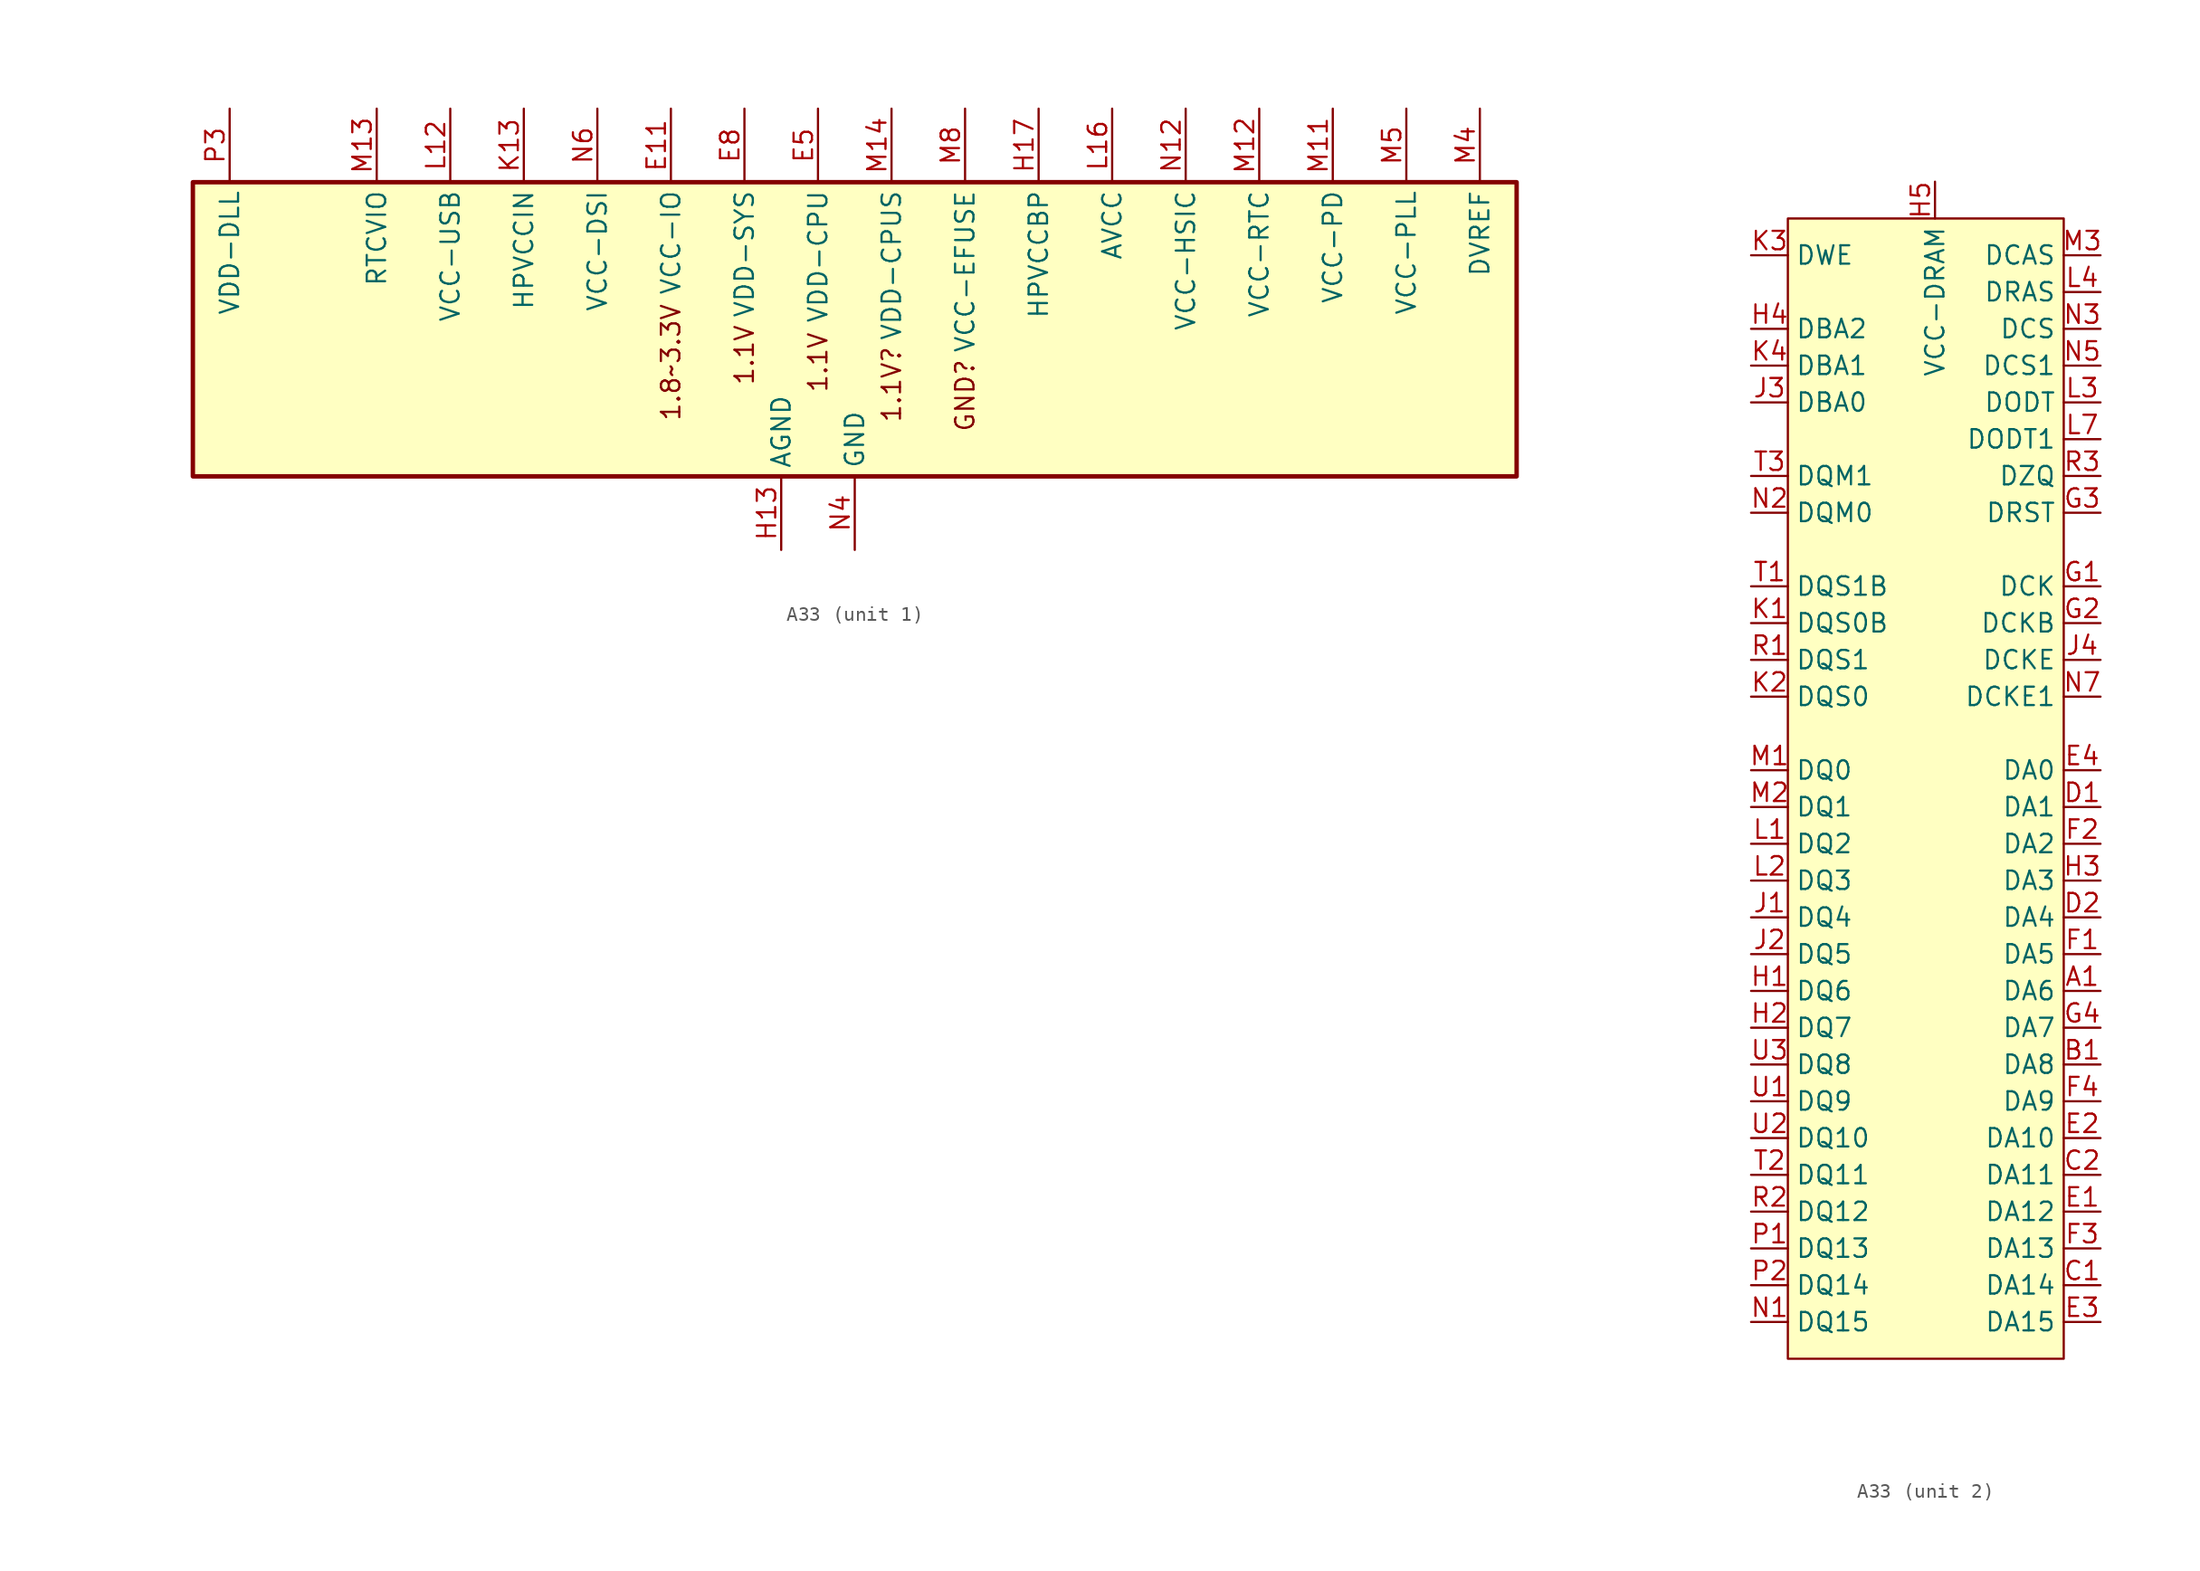
<source format=kicad_sym>
(kicad_symbol_lib
  (version 20241209)
  (generator "kicad_symbol_editor")
  (generator_version "9.0")
  (symbol "A33"
    (property "Reference" "U"
      (at 50.292 -1.778 0)
      (effects (font (size 1.27 1.27)) (hide yes)))
    (property "ki_locked" ""
      (at 0 0 0)
      (effects (font (size 1.27 1.27))))
    (symbol "A33_1_1"
      (rectangle (start -43.18 10.16) (end 48.26 -10.16) (stroke (width 0.305) (type default)) (fill (type background)))
      (text "1.8~3.3V" (at -10.16 -2.286 900) (effects (font (size 1.27 1.27))))
      (text "1.1V" (at -5.08 -1.778 900) (effects (font (size 1.27 1.27))))
      (text "1.1V" (at 0 -2.286 900) (effects (font (size 1.27 1.27))))
      (text "1.1V?" (at 5.08 -3.81 900) (effects (font (size 1.27 1.27))))
      (text "GND?" (at 10.16 -4.572 900) (effects (font (size 1.27 1.27))))
      (pin power_in line (at -40.64 15.24 270) (length 5.08) (name "VDD-DLL" (effects (font (size 1.27 1.27)))) (number "P3" (effects (font (size 1.27 1.27)))))
      (pin power_in line (at -30.48 15.24 270) (length 5.08) (name "RTCVIO" (effects (font (size 1.27 1.27)))) (number "M13" (effects (font (size 1.27 1.27)))))
      (pin power_in line (at -25.4 15.24 270) (length 5.08) (name "VCC-USB" (effects (font (size 1.27 1.27)))) (number "L12" (effects (font (size 1.27 1.27)))))
      (pin power_in line (at -20.32 15.24 270) (length 5.08) (name "HPVCCIN" (effects (font (size 1.27 1.27)))) (number "K13" (effects (font (size 1.27 1.27)))))
      (pin power_in line (at -15.24 15.24 270) (length 5.08) (name "VCC-DSI" (effects (font (size 1.27 1.27)))) (number "N6" (effects (font (size 1.27 1.27)))))
      (pin power_in line (at -10.16 15.24 270) (length 5.08) (name "VCC-IO" (effects (font (size 1.27 1.27)))) (number "E11" (effects (font (size 1.27 1.27)))))
      (pin power_in line (at -10.16 15.24 270) (length 5.08) (hide yes) (name "VCC-IO" (effects (font (size 1.27 1.27)))) (number "E12" (effects (font (size 1.27 1.27)))))
      (pin power_in line (at -10.16 15.24 270) (length 5.08) (hide yes) (name "VCC-IO" (effects (font (size 1.27 1.27)))) (number "F11" (effects (font (size 1.27 1.27)))))
      (pin power_in line (at -10.16 15.24 270) (length 5.08) (hide yes) (name "VCC-IO" (effects (font (size 1.27 1.27)))) (number "F12" (effects (font (size 1.27 1.27)))))
      (pin power_in line (at -10.16 15.24 270) (length 5.08) (hide yes) (name "VCC-IO" (effects (font (size 1.27 1.27)))) (number "G12" (effects (font (size 1.27 1.27)))))
      (pin power_in line (at -5.08 15.24 270) (length 5.08) (hide yes) (name "VDD-SYS" (effects (font (size 1.27 1.27)))) (number "E10" (effects (font (size 1.27 1.27)))))
      (pin power_in line (at -5.08 15.24 270) (length 5.08) (name "VDD-SYS" (effects (font (size 1.27 1.27)))) (number "E8" (effects (font (size 1.27 1.27)))))
      (pin power_in line (at -5.08 15.24 270) (length 5.08) (hide yes) (name "VDD-SYS" (effects (font (size 1.27 1.27)))) (number "E9" (effects (font (size 1.27 1.27)))))
      (pin power_in line (at -5.08 15.24 270) (length 5.08) (hide yes) (name "VDD-SYS" (effects (font (size 1.27 1.27)))) (number "K6" (effects (font (size 1.27 1.27)))))
      (pin power_in line (at -5.08 15.24 270) (length 5.08) (hide yes) (name "VDD-SYS" (effects (font (size 1.27 1.27)))) (number "L6" (effects (font (size 1.27 1.27)))))
      (pin power_in line (at -5.08 15.24 270) (length 5.08) (hide yes) (name "VDD-SYS" (effects (font (size 1.27 1.27)))) (number "M6" (effects (font (size 1.27 1.27)))))
      (pin power_in line (at -5.08 15.24 270) (length 5.08) (hide yes) (name "VDD-SYS" (effects (font (size 1.27 1.27)))) (number "M7" (effects (font (size 1.27 1.27)))))
      (pin power_in line (at -5.08 15.24 270) (length 5.08) (hide yes) (name "VDD-SYS" (effects (font (size 1.27 1.27)))) (number "N10" (effects (font (size 1.27 1.27)))))
      (pin power_in line (at -5.08 15.24 270) (length 5.08) (hide yes) (name "VDD-SYS" (effects (font (size 1.27 1.27)))) (number "N8" (effects (font (size 1.27 1.27)))))
      (pin power_in line (at -5.08 15.24 270) (length 5.08) (hide yes) (name "VDD-SYS" (effects (font (size 1.27 1.27)))) (number "N9" (effects (font (size 1.27 1.27)))))
      (pin power_in line (at -2.54 -15.24 90) (length 5.08) (name "AGND" (effects (font (size 1.27 1.27)))) (number "H13" (effects (font (size 1.27 1.27)))))
      (pin power_in line (at 0 15.24 270) (length 5.08) (name "VDD-CPU" (effects (font (size 1.27 1.27)))) (number "E5" (effects (font (size 1.27 1.27)))))
      (pin power_in line (at 0 15.24 270) (length 5.08) (hide yes) (name "VDD-CPU" (effects (font (size 1.27 1.27)))) (number "E6" (effects (font (size 1.27 1.27)))))
      (pin power_in line (at 0 15.24 270) (length 5.08) (hide yes) (name "VDD-CPU" (effects (font (size 1.27 1.27)))) (number "E7" (effects (font (size 1.27 1.27)))))
      (pin power_in line (at 0 15.24 270) (length 5.08) (hide yes) (name "VDD-CPU" (effects (font (size 1.27 1.27)))) (number "F5" (effects (font (size 1.27 1.27)))))
      (pin power_in line (at 0 15.24 270) (length 5.08) (hide yes) (name "VDD-CPU" (effects (font (size 1.27 1.27)))) (number "F6" (effects (font (size 1.27 1.27)))))
      (pin power_in line (at 0 15.24 270) (length 5.08) (hide yes) (name "VDD-CPU" (effects (font (size 1.27 1.27)))) (number "F7" (effects (font (size 1.27 1.27)))))
      (pin power_in line (at 0 15.24 270) (length 5.08) (hide yes) (name "VDD-CPU" (effects (font (size 1.27 1.27)))) (number "G5" (effects (font (size 1.27 1.27)))))
      (pin power_in line (at 0 15.24 270) (length 5.08) (hide yes) (name "VDD-CPU" (effects (font (size 1.27 1.27)))) (number "G6" (effects (font (size 1.27 1.27)))))
      (pin power_in line (at 2.54 -15.24 90) (length 5.08) (hide yes) (name "GND" (effects (font (size 1.27 1.27)))) (number "F10" (effects (font (size 1.27 1.27)))))
      (pin power_in line (at 2.54 -15.24 90) (length 5.08) (hide yes) (name "GND" (effects (font (size 1.27 1.27)))) (number "F8" (effects (font (size 1.27 1.27)))))
      (pin power_in line (at 2.54 -15.24 90) (length 5.08) (hide yes) (name "GND" (effects (font (size 1.27 1.27)))) (number "F9" (effects (font (size 1.27 1.27)))))
      (pin power_in line (at 2.54 -15.24 90) (length 5.08) (hide yes) (name "GND" (effects (font (size 1.27 1.27)))) (number "G10" (effects (font (size 1.27 1.27)))))
      (pin power_in line (at 2.54 -15.24 90) (length 5.08) (hide yes) (name "GND" (effects (font (size 1.27 1.27)))) (number "G11" (effects (font (size 1.27 1.27)))))
      (pin power_in line (at 2.54 -15.24 90) (length 5.08) (hide yes) (name "GND" (effects (font (size 1.27 1.27)))) (number "G7" (effects (font (size 1.27 1.27)))))
      (pin power_in line (at 2.54 -15.24 90) (length 5.08) (hide yes) (name "GND" (effects (font (size 1.27 1.27)))) (number "G8" (effects (font (size 1.27 1.27)))))
      (pin power_in line (at 2.54 -15.24 90) (length 5.08) (hide yes) (name "GND" (effects (font (size 1.27 1.27)))) (number "G9" (effects (font (size 1.27 1.27)))))
      (pin power_in line (at 2.54 -15.24 90) (length 5.08) (hide yes) (name "GND" (effects (font (size 1.27 1.27)))) (number "H10" (effects (font (size 1.27 1.27)))))
      (pin power_in line (at 2.54 -15.24 90) (length 5.08) (hide yes) (name "GND" (effects (font (size 1.27 1.27)))) (number "H11" (effects (font (size 1.27 1.27)))))
      (pin power_in line (at 2.54 -15.24 90) (length 5.08) (hide yes) (name "GND" (effects (font (size 1.27 1.27)))) (number "H12" (effects (font (size 1.27 1.27)))))
      (pin power_in line (at 2.54 -15.24 90) (length 5.08) (hide yes) (name "GND" (effects (font (size 1.27 1.27)))) (number "H7" (effects (font (size 1.27 1.27)))))
      (pin power_in line (at 2.54 -15.24 90) (length 5.08) (hide yes) (name "GND" (effects (font (size 1.27 1.27)))) (number "H8" (effects (font (size 1.27 1.27)))))
      (pin power_in line (at 2.54 -15.24 90) (length 5.08) (hide yes) (name "GND" (effects (font (size 1.27 1.27)))) (number "H9" (effects (font (size 1.27 1.27)))))
      (pin power_in line (at 2.54 -15.24 90) (length 5.08) (hide yes) (name "GND" (effects (font (size 1.27 1.27)))) (number "J10" (effects (font (size 1.27 1.27)))))
      (pin power_in line (at 2.54 -15.24 90) (length 5.08) (hide yes) (name "GND" (effects (font (size 1.27 1.27)))) (number "J11" (effects (font (size 1.27 1.27)))))
      (pin power_in line (at 2.54 -15.24 90) (length 5.08) (hide yes) (name "GND" (effects (font (size 1.27 1.27)))) (number "J12" (effects (font (size 1.27 1.27)))))
      (pin power_in line (at 2.54 -15.24 90) (length 5.08) (hide yes) (name "GND" (effects (font (size 1.27 1.27)))) (number "J7" (effects (font (size 1.27 1.27)))))
      (pin power_in line (at 2.54 -15.24 90) (length 5.08) (hide yes) (name "GND" (effects (font (size 1.27 1.27)))) (number "J8" (effects (font (size 1.27 1.27)))))
      (pin power_in line (at 2.54 -15.24 90) (length 5.08) (hide yes) (name "GND" (effects (font (size 1.27 1.27)))) (number "J9" (effects (font (size 1.27 1.27)))))
      (pin power_in line (at 2.54 -15.24 90) (length 5.08) (hide yes) (name "GND" (effects (font (size 1.27 1.27)))) (number "K10" (effects (font (size 1.27 1.27)))))
      (pin power_in line (at 2.54 -15.24 90) (length 5.08) (hide yes) (name "GND" (effects (font (size 1.27 1.27)))) (number "K11" (effects (font (size 1.27 1.27)))))
      (pin power_in line (at 2.54 -15.24 90) (length 5.08) (hide yes) (name "GND" (effects (font (size 1.27 1.27)))) (number "K12" (effects (font (size 1.27 1.27)))))
      (pin power_in line (at 2.54 -15.24 90) (length 5.08) (hide yes) (name "GND" (effects (font (size 1.27 1.27)))) (number "K7" (effects (font (size 1.27 1.27)))))
      (pin power_in line (at 2.54 -15.24 90) (length 5.08) (hide yes) (name "GND" (effects (font (size 1.27 1.27)))) (number "K8" (effects (font (size 1.27 1.27)))))
      (pin power_in line (at 2.54 -15.24 90) (length 5.08) (hide yes) (name "GND" (effects (font (size 1.27 1.27)))) (number "K9" (effects (font (size 1.27 1.27)))))
      (pin power_in line (at 2.54 -15.24 90) (length 5.08) (hide yes) (name "GND" (effects (font (size 1.27 1.27)))) (number "L10" (effects (font (size 1.27 1.27)))))
      (pin power_in line (at 2.54 -15.24 90) (length 5.08) (hide yes) (name "GND" (effects (font (size 1.27 1.27)))) (number "L11" (effects (font (size 1.27 1.27)))))
      (pin power_in line (at 2.54 -15.24 90) (length 5.08) (hide yes) (name "GND" (effects (font (size 1.27 1.27)))) (number "L8" (effects (font (size 1.27 1.27)))))
      (pin power_in line (at 2.54 -15.24 90) (length 5.08) (hide yes) (name "GND" (effects (font (size 1.27 1.27)))) (number "L9" (effects (font (size 1.27 1.27)))))
      (pin power_in line (at 2.54 -15.24 90) (length 5.08) (hide yes) (name "GND" (effects (font (size 1.27 1.27)))) (number "M10" (effects (font (size 1.27 1.27)))))
      (pin power_in line (at 2.54 -15.24 90) (length 5.08) (hide yes) (name "GND" (effects (font (size 1.27 1.27)))) (number "M9" (effects (font (size 1.27 1.27)))))
      (pin power_in line (at 2.54 -15.24 90) (length 5.08) (name "GND" (effects (font (size 1.27 1.27)))) (number "N4" (effects (font (size 1.27 1.27)))))
      (pin power_in line (at 5.08 15.24 270) (length 5.08) (name "VDD-CPUS" (effects (font (size 1.27 1.27)))) (number "M14" (effects (font (size 1.27 1.27)))))
      (pin power_in line (at 10.16 15.24 270) (length 5.08) (name "VCC-EFUSE" (effects (font (size 1.27 1.27)))) (number "M8" (effects (font (size 1.27 1.27)))))
      (pin power_in line (at 15.24 15.24 270) (length 5.08) (name "HPVCCBP" (effects (font (size 1.27 1.27)))) (number "H17" (effects (font (size 1.27 1.27)))))
      (pin power_in line (at 20.32 15.24 270) (length 5.08) (name "AVCC" (effects (font (size 1.27 1.27)))) (number "L16" (effects (font (size 1.27 1.27)))))
      (pin power_in line (at 25.4 15.24 270) (length 5.08) (name "VCC-HSIC" (effects (font (size 1.27 1.27)))) (number "N12" (effects (font (size 1.27 1.27)))))
      (pin power_in line (at 30.48 15.24 270) (length 5.08) (name "VCC-RTC" (effects (font (size 1.27 1.27)))) (number "M12" (effects (font (size 1.27 1.27)))))
      (pin power_in line (at 35.56 15.24 270) (length 5.08) (name "VCC-PD" (effects (font (size 1.27 1.27)))) (number "M11" (effects (font (size 1.27 1.27)))))
      (pin power_in line (at 35.56 15.24 270) (length 5.08) (hide yes) (name "VCC-PD" (effects (font (size 1.27 1.27)))) (number "N11" (effects (font (size 1.27 1.27)))))
      (pin power_in line (at 40.64 15.24 270) (length 5.08) (name "VCC-PLL" (effects (font (size 1.27 1.27)))) (number "M5" (effects (font (size 1.27 1.27)))))
      (pin power_in line (at 45.72 15.24 270) (length 5.08) (name "DVREF" (effects (font (size 1.27 1.27)))) (number "M4" (effects (font (size 1.27 1.27))))))
    (symbol "A33_2_1"
      (rectangle (start -10.16 44.45) (end 8.89 -34.29) (stroke (width 0) (type solid)) (fill (type background)))
      (pin output line (at -12.7 41.91 0) (length 2.54) (name "DWE" (effects (font (size 1.27 1.27)))) (number "K3" (effects (font (size 1.27 1.27)))))
      (pin output line (at -12.7 36.83 0) (length 2.54) (name "DBA2" (effects (font (size 1.27 1.27)))) (number "H4" (effects (font (size 1.27 1.27)))))
      (pin output line (at -12.7 34.29 0) (length 2.54) (name "DBA1" (effects (font (size 1.27 1.27)))) (number "K4" (effects (font (size 1.27 1.27)))))
      (pin output line (at -12.7 31.75 0) (length 2.54) (name "DBA0" (effects (font (size 1.27 1.27)))) (number "J3" (effects (font (size 1.27 1.27)))))
      (pin output line (at -12.7 26.67 0) (length 2.54) (name "DQM1" (effects (font (size 1.27 1.27)))) (number "T3" (effects (font (size 1.27 1.27)))))
      (pin output line (at -12.7 24.13 0) (length 2.54) (name "DQM0" (effects (font (size 1.27 1.27)))) (number "N2" (effects (font (size 1.27 1.27)))))
      (pin bidirectional line (at -12.7 19.05 0) (length 2.54) (name "DQS1B" (effects (font (size 1.27 1.27)))) (number "T1" (effects (font (size 1.27 1.27)))))
      (pin bidirectional line (at -12.7 16.51 0) (length 2.54) (name "DQS0B" (effects (font (size 1.27 1.27)))) (number "K1" (effects (font (size 1.27 1.27)))))
      (pin bidirectional line (at -12.7 13.97 0) (length 2.54) (name "DQS1" (effects (font (size 1.27 1.27)))) (number "R1" (effects (font (size 1.27 1.27)))))
      (pin bidirectional line (at -12.7 11.43 0) (length 2.54) (name "DQS0" (effects (font (size 1.27 1.27)))) (number "K2" (effects (font (size 1.27 1.27)))))
      (pin bidirectional line (at -12.7 6.35 0) (length 2.54) (name "DQ0" (effects (font (size 1.27 1.27)))) (number "M1" (effects (font (size 1.27 1.27)))))
      (pin bidirectional line (at -12.7 3.81 0) (length 2.54) (name "DQ1" (effects (font (size 1.27 1.27)))) (number "M2" (effects (font (size 1.27 1.27)))))
      (pin bidirectional line (at -12.7 1.27 0) (length 2.54) (name "DQ2" (effects (font (size 1.27 1.27)))) (number "L1" (effects (font (size 1.27 1.27)))))
      (pin bidirectional line (at -12.7 -1.27 0) (length 2.54) (name "DQ3" (effects (font (size 1.27 1.27)))) (number "L2" (effects (font (size 1.27 1.27)))))
      (pin bidirectional line (at -12.7 -3.81 0) (length 2.54) (name "DQ4" (effects (font (size 1.27 1.27)))) (number "J1" (effects (font (size 1.27 1.27)))))
      (pin bidirectional line (at -12.7 -6.35 0) (length 2.54) (name "DQ5" (effects (font (size 1.27 1.27)))) (number "J2" (effects (font (size 1.27 1.27)))))
      (pin bidirectional line (at -12.7 -8.89 0) (length 2.54) (name "DQ6" (effects (font (size 1.27 1.27)))) (number "H1" (effects (font (size 1.27 1.27)))))
      (pin bidirectional line (at -12.7 -11.43 0) (length 2.54) (name "DQ7" (effects (font (size 1.27 1.27)))) (number "H2" (effects (font (size 1.27 1.27)))))
      (pin bidirectional line (at -12.7 -13.97 0) (length 2.54) (name "DQ8" (effects (font (size 1.27 1.27)))) (number "U3" (effects (font (size 1.27 1.27)))))
      (pin bidirectional line (at -12.7 -16.51 0) (length 2.54) (name "DQ9" (effects (font (size 1.27 1.27)))) (number "U1" (effects (font (size 1.27 1.27)))))
      (pin bidirectional line (at -12.7 -19.05 0) (length 2.54) (name "DQ10" (effects (font (size 1.27 1.27)))) (number "U2" (effects (font (size 1.27 1.27)))))
      (pin bidirectional line (at -12.7 -21.59 0) (length 2.54) (name "DQ11" (effects (font (size 1.27 1.27)))) (number "T2" (effects (font (size 1.27 1.27)))))
      (pin bidirectional line (at -12.7 -24.13 0) (length 2.54) (name "DQ12" (effects (font (size 1.27 1.27)))) (number "R2" (effects (font (size 1.27 1.27)))))
      (pin bidirectional line (at -12.7 -26.67 0) (length 2.54) (name "DQ13" (effects (font (size 1.27 1.27)))) (number "P1" (effects (font (size 1.27 1.27)))))
      (pin bidirectional line (at -12.7 -29.21 0) (length 2.54) (name "DQ14" (effects (font (size 1.27 1.27)))) (number "P2" (effects (font (size 1.27 1.27)))))
      (pin bidirectional line (at -12.7 -31.75 0) (length 2.54) (name "DQ15" (effects (font (size 1.27 1.27)))) (number "N1" (effects (font (size 1.27 1.27)))))
      (pin power_in line (at 0 46.99 270) (length 2.54) (name "VCC-DRAM" (effects (font (size 1.27 1.27)))) (number "H5" (effects (font (size 1.27 1.27)))))
      (pin power_in line (at 0 46.99 270) (length 2.54) (hide yes) (name "VCC-DRAM" (effects (font (size 1.27 1.27)))) (number "H6" (effects (font (size 1.27 1.27)))))
      (pin power_in line (at 0 46.99 270) (length 2.54) (hide yes) (name "VCC-DRAM" (effects (font (size 1.27 1.27)))) (number "J5" (effects (font (size 1.27 1.27)))))
      (pin power_in line (at 0 46.99 270) (length 2.54) (hide yes) (name "VCC-DRAM" (effects (font (size 1.27 1.27)))) (number "J6" (effects (font (size 1.27 1.27)))))
      (pin power_in line (at 0 46.99 270) (length 2.54) (hide yes) (name "VCC-DRAM" (effects (font (size 1.27 1.27)))) (number "K5" (effects (font (size 1.27 1.27)))))
      (pin power_in line (at 0 46.99 270) (length 2.54) (hide yes) (name "VCC-DRAM" (effects (font (size 1.27 1.27)))) (number "L5" (effects (font (size 1.27 1.27)))))
      (pin output line (at 11.43 41.91 180) (length 2.54) (name "DCAS" (effects (font (size 1.27 1.27)))) (number "M3" (effects (font (size 1.27 1.27)))))
      (pin output line (at 11.43 39.37 180) (length 2.54) (name "DRAS" (effects (font (size 1.27 1.27)))) (number "L4" (effects (font (size 1.27 1.27)))))
      (pin output line (at 11.43 36.83 180) (length 2.54) (name "DCS" (effects (font (size 1.27 1.27)))) (number "N3" (effects (font (size 1.27 1.27)))))
      (pin output line (at 11.43 34.29 180) (length 2.54) (name "DCS1" (effects (font (size 1.27 1.27)))) (number "N5" (effects (font (size 1.27 1.27)))))
      (pin output line (at 11.43 31.75 180) (length 2.54) (name "DODT" (effects (font (size 1.27 1.27)))) (number "L3" (effects (font (size 1.27 1.27)))))
      (pin output line (at 11.43 29.21 180) (length 2.54) (name "DODT1" (effects (font (size 1.27 1.27)))) (number "L7" (effects (font (size 1.27 1.27)))))
      (pin output line (at 11.43 26.67 180) (length 2.54) (name "DZQ" (effects (font (size 1.27 1.27)))) (number "R3" (effects (font (size 1.27 1.27)))))
      (pin output line (at 11.43 24.13 180) (length 2.54) (name "DRST" (effects (font (size 1.27 1.27)))) (number "G3" (effects (font (size 1.27 1.27)))))
      (pin output line (at 11.43 19.05 180) (length 2.54) (name "DCK" (effects (font (size 1.27 1.27)))) (number "G1" (effects (font (size 1.27 1.27)))))
      (pin output line (at 11.43 16.51 180) (length 2.54) (name "DCKB" (effects (font (size 1.27 1.27)))) (number "G2" (effects (font (size 1.27 1.27)))))
      (pin output line (at 11.43 13.97 180) (length 2.54) (name "DCKE" (effects (font (size 1.27 1.27)))) (number "J4" (effects (font (size 1.27 1.27)))))
      (pin output line (at 11.43 11.43 180) (length 2.54) (name "DCKE1" (effects (font (size 1.27 1.27)))) (number "N7" (effects (font (size 1.27 1.27)))))
      (pin output line (at 11.43 6.35 180) (length 2.54) (name "DA0" (effects (font (size 1.27 1.27)))) (number "E4" (effects (font (size 1.27 1.27)))))
      (pin output line (at 11.43 3.81 180) (length 2.54) (name "DA1" (effects (font (size 1.27 1.27)))) (number "D1" (effects (font (size 1.27 1.27)))))
      (pin output line (at 11.43 1.27 180) (length 2.54) (name "DA2" (effects (font (size 1.27 1.27)))) (number "F2" (effects (font (size 1.27 1.27)))))
      (pin output line (at 11.43 -1.27 180) (length 2.54) (name "DA3" (effects (font (size 1.27 1.27)))) (number "H3" (effects (font (size 1.27 1.27)))))
      (pin output line (at 11.43 -3.81 180) (length 2.54) (name "DA4" (effects (font (size 1.27 1.27)))) (number "D2" (effects (font (size 1.27 1.27)))))
      (pin output line (at 11.43 -6.35 180) (length 2.54) (name "DA5" (effects (font (size 1.27 1.27)))) (number "F1" (effects (font (size 1.27 1.27)))))
      (pin output line (at 11.43 -8.89 180) (length 2.54) (name "DA6" (effects (font (size 1.27 1.27)))) (number "A1" (effects (font (size 1.27 1.27)))))
      (pin output line (at 11.43 -11.43 180) (length 2.54) (name "DA7" (effects (font (size 1.27 1.27)))) (number "G4" (effects (font (size 1.27 1.27)))))
      (pin output line (at 11.43 -13.97 180) (length 2.54) (name "DA8" (effects (font (size 1.27 1.27)))) (number "B1" (effects (font (size 1.27 1.27)))))
      (pin output line (at 11.43 -16.51 180) (length 2.54) (name "DA9" (effects (font (size 1.27 1.27)))) (number "F4" (effects (font (size 1.27 1.27)))))
      (pin output line (at 11.43 -19.05 180) (length 2.54) (name "DA10" (effects (font (size 1.27 1.27)))) (number "E2" (effects (font (size 1.27 1.27)))))
      (pin output line (at 11.43 -21.59 180) (length 2.54) (name "DA11" (effects (font (size 1.27 1.27)))) (number "C2" (effects (font (size 1.27 1.27)))))
      (pin output line (at 11.43 -24.13 180) (length 2.54) (name "DA12" (effects (font (size 1.27 1.27)))) (number "E1" (effects (font (size 1.27 1.27)))))
      (pin output line (at 11.43 -26.67 180) (length 2.54) (name "DA13" (effects (font (size 1.27 1.27)))) (number "F3" (effects (font (size 1.27 1.27)))))
      (pin output line (at 11.43 -29.21 180) (length 2.54) (name "DA14" (effects (font (size 1.27 1.27)))) (number "C1" (effects (font (size 1.27 1.27)))))
      (pin output line (at 11.43 -31.75 180) (length 2.54) (name "DA15" (effects (font (size 1.27 1.27)))) (number "E3" (effects (font (size 1.27 1.27))))))))
</source>
